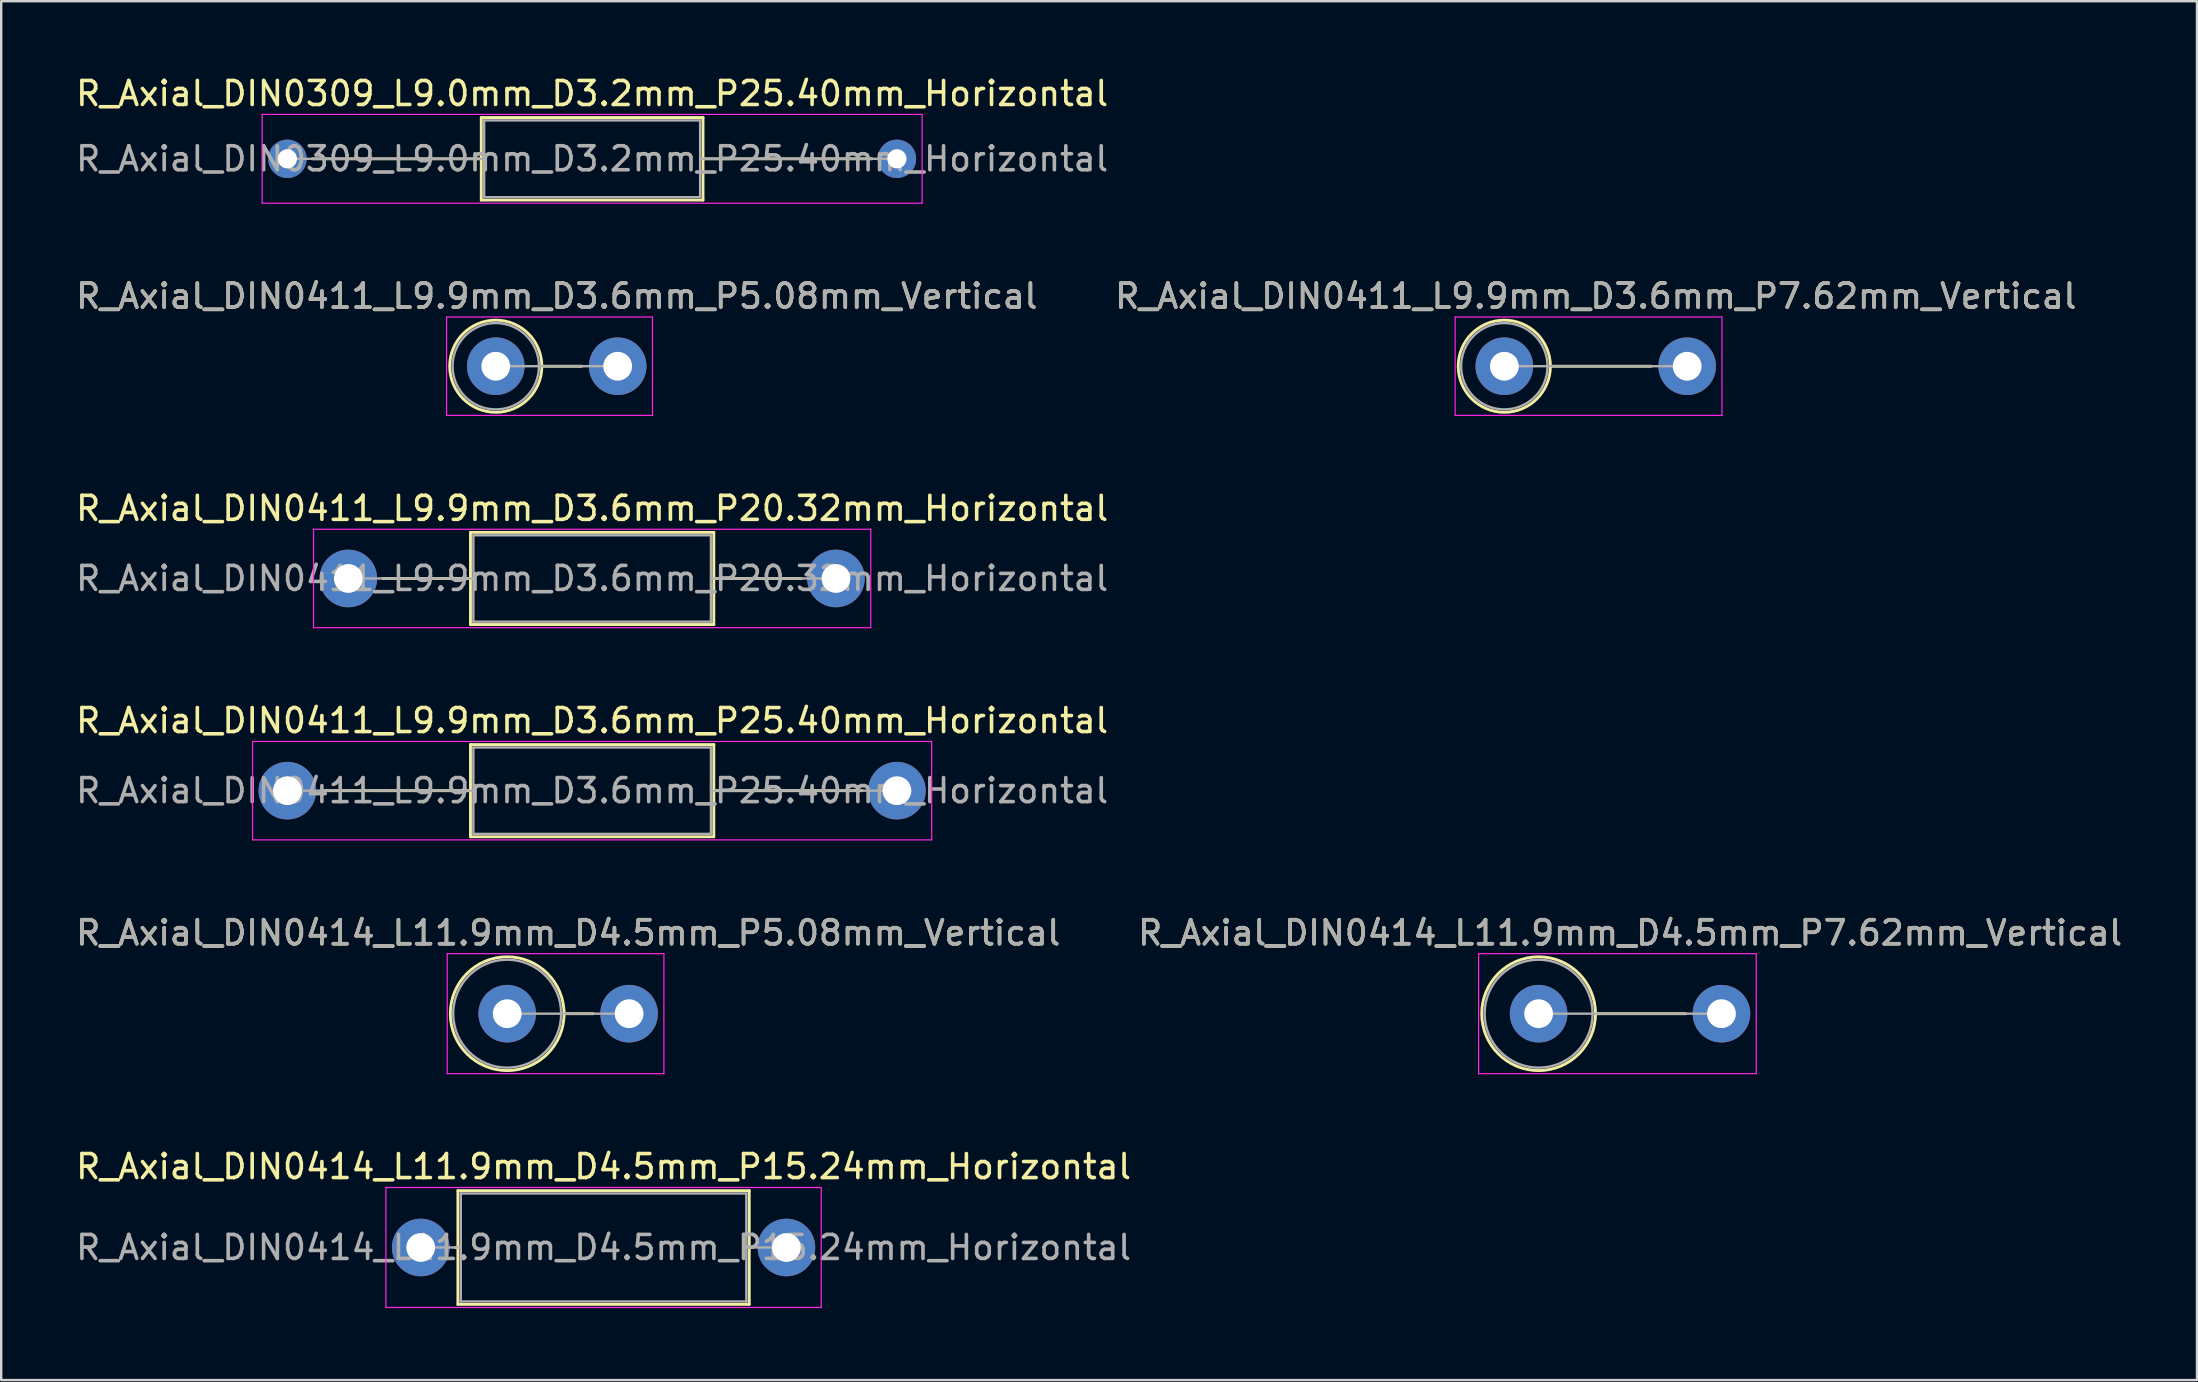
<source format=kicad_pcb>
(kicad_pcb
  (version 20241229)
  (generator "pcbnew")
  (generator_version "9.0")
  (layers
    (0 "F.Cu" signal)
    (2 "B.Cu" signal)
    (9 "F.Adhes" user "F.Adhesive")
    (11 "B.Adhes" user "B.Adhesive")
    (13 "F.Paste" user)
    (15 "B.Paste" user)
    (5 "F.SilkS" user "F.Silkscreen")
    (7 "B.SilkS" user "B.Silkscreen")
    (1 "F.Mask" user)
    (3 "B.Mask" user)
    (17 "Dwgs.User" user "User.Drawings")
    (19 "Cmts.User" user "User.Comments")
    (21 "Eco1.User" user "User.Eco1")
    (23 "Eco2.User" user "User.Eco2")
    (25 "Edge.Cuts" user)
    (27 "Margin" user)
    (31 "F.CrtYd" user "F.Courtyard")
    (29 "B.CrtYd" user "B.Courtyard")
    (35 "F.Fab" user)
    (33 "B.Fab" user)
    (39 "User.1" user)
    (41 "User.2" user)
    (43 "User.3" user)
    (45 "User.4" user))
  (footprint "R_Axial_DIN0411_L9.9mm_D3.6mm_P20.32mm_Horizontal"
    (layer "F.Cu")
    (at 11.465 21.055)
    (property "Reference" "R_Axial_DIN0411_L9.9mm_D3.6mm_P20.32mm_Horizontal" (at 10.16 -2.92 0) (layer "F.SilkS") (effects (font (size 1 1) (thickness 0.15))))
    (attr through_hole)
    (fp_line (start 1.44 0) (end 5.09 0) (stroke (width 0.12) (type solid)) (layer "F.SilkS"))
    (fp_line (start 5.09 -1.92) (end 5.09 1.92) (stroke (width 0.12) (type solid)) (layer "F.SilkS"))
    (fp_line (start 5.09 1.92) (end 15.23 1.92) (stroke (width 0.12) (type solid)) (layer "F.SilkS"))
    (fp_line (start 15.23 -1.92) (end 5.09 -1.92) (stroke (width 0.12) (type solid)) (layer "F.SilkS"))
    (fp_line (start 15.23 1.92) (end 15.23 -1.92) (stroke (width 0.12) (type solid)) (layer "F.SilkS"))
    (fp_line (start 18.88 0) (end 15.23 0) (stroke (width 0.12) (type solid)) (layer "F.SilkS"))
    (fp_line (start -1.45 -2.05) (end -1.45 2.05) (stroke (width 0.05) (type solid)) (layer "F.CrtYd"))
    (fp_line (start -1.45 2.05) (end 21.77 2.05) (stroke (width 0.05) (type solid)) (layer "F.CrtYd"))
    (fp_line (start 21.77 -2.05) (end -1.45 -2.05) (stroke (width 0.05) (type solid)) (layer "F.CrtYd"))
    (fp_line (start 21.77 2.05) (end 21.77 -2.05) (stroke (width 0.05) (type solid)) (layer "F.CrtYd"))
    (fp_line (start 0 0) (end 5.21 0) (stroke (width 0.1) (type solid)) (layer "F.Fab"))
    (fp_line (start 5.21 -1.8) (end 5.21 1.8) (stroke (width 0.1) (type solid)) (layer "F.Fab"))
    (fp_line (start 5.21 1.8) (end 15.11 1.8) (stroke (width 0.1) (type solid)) (layer "F.Fab"))
    (fp_line (start 15.11 -1.8) (end 5.21 -1.8) (stroke (width 0.1) (type solid)) (layer "F.Fab"))
    (fp_line (start 15.11 1.8) (end 15.11 -1.8) (stroke (width 0.1) (type solid)) (layer "F.Fab"))
    (fp_line (start 20.32 0) (end 15.11 0) (stroke (width 0.1) (type solid)) (layer "F.Fab"))
    (fp_text user "${REFERENCE}" (at 10.16 0 0) (layer "F.Fab") (effects (font (size 1 1) (thickness 0.15))))
    (pad "1" thru_hole circle (at 0 0) (size 2.4 2.4) (drill 1.2) (layers "*.Cu" "*.Mask"))
    (pad "2" thru_hole oval (at 20.32 0) (size 2.4 2.4) (drill 1.2) (layers "*.Cu" "*.Mask")))
  (footprint "R_Axial_DIN0414_L11.9mm_D4.5mm_P7.62mm_Vertical"
    (layer "F.Cu")
    (at 61.065 39.191)
    (property "Reference" "R_Axial_DIN0414_L11.9mm_D4.5mm_P7.62mm_Vertical" (at 3.81 -3.37 0) (layer "F.SilkS") (effects (font (size 1 1) (thickness 0.15))))
    (attr through_hole)
    (fp_line (start 2.37 0) (end 6.12 0) (stroke (width 0.12) (type solid)) (layer "F.SilkS"))
    (fp_circle (center 0 0) (end 2.37 0) (stroke (width 0.12) (type solid)) (fill no) (layer "F.SilkS"))
    (fp_line (start -2.5 -2.5) (end -2.5 2.5) (stroke (width 0.05) (type solid)) (layer "F.CrtYd"))
    (fp_line (start -2.5 2.5) (end 9.07 2.5) (stroke (width 0.05) (type solid)) (layer "F.CrtYd"))
    (fp_line (start 9.07 -2.5) (end -2.5 -2.5) (stroke (width 0.05) (type solid)) (layer "F.CrtYd"))
    (fp_line (start 9.07 2.5) (end 9.07 -2.5) (stroke (width 0.05) (type solid)) (layer "F.CrtYd"))
    (fp_line (start 0 0) (end 7.62 0) (stroke (width 0.1) (type solid)) (layer "F.Fab"))
    (fp_circle (center 0 0) (end 2.25 0) (stroke (width 0.1) (type solid)) (fill no) (layer "F.Fab"))
    (fp_text user "${REFERENCE}" (at 3.81 -3.37 0) (layer "F.Fab") (effects (font (size 1 1) (thickness 0.15))))
    (pad "1" thru_hole circle (at 0 0) (size 2.4 2.4) (drill 1.2) (layers "*.Cu" "*.Mask"))
    (pad "2" thru_hole oval (at 7.62 0) (size 2.4 2.4) (drill 1.2) (layers "*.Cu" "*.Mask")))
  (footprint "R_Axial_DIN0309_L9.0mm_D3.2mm_P25.40mm_Horizontal"
    (layer "F.Cu")
    (at 8.925 3.568)
    (property "Reference" "R_Axial_DIN0309_L9.0mm_D3.2mm_P25.40mm_Horizontal" (at 12.7 -2.72 0) (layer "F.SilkS") (effects (font (size 1 1) (thickness 0.15))))
    (attr through_hole)
    (fp_line (start 1.04 0) (end 8.08 0) (stroke (width 0.12) (type solid)) (layer "F.SilkS"))
    (fp_line (start 8.08 -1.72) (end 8.08 1.72) (stroke (width 0.12) (type solid)) (layer "F.SilkS"))
    (fp_line (start 8.08 1.72) (end 17.32 1.72) (stroke (width 0.12) (type solid)) (layer "F.SilkS"))
    (fp_line (start 17.32 -1.72) (end 8.08 -1.72) (stroke (width 0.12) (type solid)) (layer "F.SilkS"))
    (fp_line (start 17.32 1.72) (end 17.32 -1.72) (stroke (width 0.12) (type solid)) (layer "F.SilkS"))
    (fp_line (start 24.36 0) (end 17.32 0) (stroke (width 0.12) (type solid)) (layer "F.SilkS"))
    (fp_line (start -1.05 -1.85) (end -1.05 1.85) (stroke (width 0.05) (type solid)) (layer "F.CrtYd"))
    (fp_line (start -1.05 1.85) (end 26.45 1.85) (stroke (width 0.05) (type solid)) (layer "F.CrtYd"))
    (fp_line (start 26.45 -1.85) (end -1.05 -1.85) (stroke (width 0.05) (type solid)) (layer "F.CrtYd"))
    (fp_line (start 26.45 1.85) (end 26.45 -1.85) (stroke (width 0.05) (type solid)) (layer "F.CrtYd"))
    (fp_line (start 0 0) (end 8.2 0) (stroke (width 0.1) (type solid)) (layer "F.Fab"))
    (fp_line (start 8.2 -1.6) (end 8.2 1.6) (stroke (width 0.1) (type solid)) (layer "F.Fab"))
    (fp_line (start 8.2 1.6) (end 17.2 1.6) (stroke (width 0.1) (type solid)) (layer "F.Fab"))
    (fp_line (start 17.2 -1.6) (end 8.2 -1.6) (stroke (width 0.1) (type solid)) (layer "F.Fab"))
    (fp_line (start 17.2 1.6) (end 17.2 -1.6) (stroke (width 0.1) (type solid)) (layer "F.Fab"))
    (fp_line (start 25.4 0) (end 17.2 0) (stroke (width 0.1) (type solid)) (layer "F.Fab"))
    (fp_text user "${REFERENCE}" (at 12.7 0 0) (layer "F.Fab") (effects (font (size 1 1) (thickness 0.15))))
    (pad "1" thru_hole circle (at 0 0) (size 1.6 1.6) (drill 0.8) (layers "*.Cu" "*.Mask"))
    (pad "2" thru_hole oval (at 25.4 0) (size 1.6 1.6) (drill 0.8) (layers "*.Cu" "*.Mask")))
  (footprint "R_Axial_DIN0411_L9.9mm_D3.6mm_P25.40mm_Horizontal"
    (layer "F.Cu")
    (at 8.925 29.898)
    (property "Reference" "R_Axial_DIN0411_L9.9mm_D3.6mm_P25.40mm_Horizontal" (at 12.7 -2.92 0) (layer "F.SilkS") (effects (font (size 1 1) (thickness 0.15))))
    (attr through_hole)
    (fp_line (start 1.44 0) (end 7.63 0) (stroke (width 0.12) (type solid)) (layer "F.SilkS"))
    (fp_line (start 7.63 -1.92) (end 7.63 1.92) (stroke (width 0.12) (type solid)) (layer "F.SilkS"))
    (fp_line (start 7.63 1.92) (end 17.77 1.92) (stroke (width 0.12) (type solid)) (layer "F.SilkS"))
    (fp_line (start 17.77 -1.92) (end 7.63 -1.92) (stroke (width 0.12) (type solid)) (layer "F.SilkS"))
    (fp_line (start 17.77 1.92) (end 17.77 -1.92) (stroke (width 0.12) (type solid)) (layer "F.SilkS"))
    (fp_line (start 23.96 0) (end 17.77 0) (stroke (width 0.12) (type solid)) (layer "F.SilkS"))
    (fp_line (start -1.45 -2.05) (end -1.45 2.05) (stroke (width 0.05) (type solid)) (layer "F.CrtYd"))
    (fp_line (start -1.45 2.05) (end 26.85 2.05) (stroke (width 0.05) (type solid)) (layer "F.CrtYd"))
    (fp_line (start 26.85 -2.05) (end -1.45 -2.05) (stroke (width 0.05) (type solid)) (layer "F.CrtYd"))
    (fp_line (start 26.85 2.05) (end 26.85 -2.05) (stroke (width 0.05) (type solid)) (layer "F.CrtYd"))
    (fp_line (start 0 0) (end 7.75 0) (stroke (width 0.1) (type solid)) (layer "F.Fab"))
    (fp_line (start 7.75 -1.8) (end 7.75 1.8) (stroke (width 0.1) (type solid)) (layer "F.Fab"))
    (fp_line (start 7.75 1.8) (end 17.65 1.8) (stroke (width 0.1) (type solid)) (layer "F.Fab"))
    (fp_line (start 17.65 -1.8) (end 7.75 -1.8) (stroke (width 0.1) (type solid)) (layer "F.Fab"))
    (fp_line (start 17.65 1.8) (end 17.65 -1.8) (stroke (width 0.1) (type solid)) (layer "F.Fab"))
    (fp_line (start 25.4 0) (end 17.65 0) (stroke (width 0.1) (type solid)) (layer "F.Fab"))
    (fp_text user "${REFERENCE}" (at 12.7 0 0) (layer "F.Fab") (effects (font (size 1 1) (thickness 0.15))))
    (pad "1" thru_hole circle (at 0 0) (size 2.4 2.4) (drill 1.2) (layers "*.Cu" "*.Mask"))
    (pad "2" thru_hole oval (at 25.4 0) (size 2.4 2.4) (drill 1.2) (layers "*.Cu" "*.Mask")))
  (footprint "R_Axial_DIN0411_L9.9mm_D3.6mm_P5.08mm_Vertical"
    (layer "F.Cu")
    (at 17.609 12.211)
    (property "Reference" "R_Axial_DIN0411_L9.9mm_D3.6mm_P5.08mm_Vertical" (at 2.54 -2.92 0) (layer "F.SilkS") (effects (font (size 1 1) (thickness 0.15))))
    (attr through_hole)
    (fp_line (start 1.92 0) (end 3.58 0) (stroke (width 0.12) (type solid)) (layer "F.SilkS"))
    (fp_circle (center 0 0) (end 1.92 0) (stroke (width 0.12) (type solid)) (fill no) (layer "F.SilkS"))
    (fp_line (start -2.05 -2.05) (end -2.05 2.05) (stroke (width 0.05) (type solid)) (layer "F.CrtYd"))
    (fp_line (start -2.05 2.05) (end 6.53 2.05) (stroke (width 0.05) (type solid)) (layer "F.CrtYd"))
    (fp_line (start 6.53 -2.05) (end -2.05 -2.05) (stroke (width 0.05) (type solid)) (layer "F.CrtYd"))
    (fp_line (start 6.53 2.05) (end 6.53 -2.05) (stroke (width 0.05) (type solid)) (layer "F.CrtYd"))
    (fp_line (start 0 0) (end 5.08 0) (stroke (width 0.1) (type solid)) (layer "F.Fab"))
    (fp_circle (center 0 0) (end 1.8 0) (stroke (width 0.1) (type solid)) (fill no) (layer "F.Fab"))
    (fp_text user "${REFERENCE}" (at 2.54 -2.92 0) (layer "F.Fab") (effects (font (size 1 1) (thickness 0.15))))
    (pad "1" thru_hole circle (at 0 0) (size 2.4 2.4) (drill 1.2) (layers "*.Cu" "*.Mask"))
    (pad "2" thru_hole oval (at 5.08 0) (size 2.4 2.4) (drill 1.2) (layers "*.Cu" "*.Mask")))
  (footprint "R_Axial_DIN0414_L11.9mm_D4.5mm_P5.08mm_Vertical"
    (layer "F.Cu")
    (at 18.085 39.191)
    (property "Reference" "R_Axial_DIN0414_L11.9mm_D4.5mm_P5.08mm_Vertical" (at 2.54 -3.37 0) (layer "F.SilkS") (effects (font (size 1 1) (thickness 0.15))))
    (attr through_hole)
    (fp_line (start 2.37 0) (end 3.58 0) (stroke (width 0.12) (type solid)) (layer "F.SilkS"))
    (fp_circle (center 0 0) (end 2.37 0) (stroke (width 0.12) (type solid)) (fill no) (layer "F.SilkS"))
    (fp_line (start -2.5 -2.5) (end -2.5 2.5) (stroke (width 0.05) (type solid)) (layer "F.CrtYd"))
    (fp_line (start -2.5 2.5) (end 6.53 2.5) (stroke (width 0.05) (type solid)) (layer "F.CrtYd"))
    (fp_line (start 6.53 -2.5) (end -2.5 -2.5) (stroke (width 0.05) (type solid)) (layer "F.CrtYd"))
    (fp_line (start 6.53 2.5) (end 6.53 -2.5) (stroke (width 0.05) (type solid)) (layer "F.CrtYd"))
    (fp_line (start 0 0) (end 5.08 0) (stroke (width 0.1) (type solid)) (layer "F.Fab"))
    (fp_circle (center 0 0) (end 2.25 0) (stroke (width 0.1) (type solid)) (fill no) (layer "F.Fab"))
    (fp_text user "${REFERENCE}" (at 2.54 -3.37 0) (layer "F.Fab") (effects (font (size 1 1) (thickness 0.15))))
    (pad "1" thru_hole circle (at 0 0) (size 2.4 2.4) (drill 1.2) (layers "*.Cu" "*.Mask"))
    (pad "2" thru_hole oval (at 5.08 0) (size 2.4 2.4) (drill 1.2) (layers "*.Cu" "*.Mask")))
  (footprint "R_Axial_DIN0411_L9.9mm_D3.6mm_P7.62mm_Vertical"
    (layer "F.Cu")
    (at 59.636 12.211)
    (property "Reference" "R_Axial_DIN0411_L9.9mm_D3.6mm_P7.62mm_Vertical" (at 3.81 -2.92 0) (layer "F.SilkS") (effects (font (size 1 1) (thickness 0.15))))
    (attr through_hole)
    (fp_line (start 1.92 0) (end 6.12 0) (stroke (width 0.12) (type solid)) (layer "F.SilkS"))
    (fp_circle (center 0 0) (end 1.92 0) (stroke (width 0.12) (type solid)) (fill no) (layer "F.SilkS"))
    (fp_line (start -2.05 -2.05) (end -2.05 2.05) (stroke (width 0.05) (type solid)) (layer "F.CrtYd"))
    (fp_line (start -2.05 2.05) (end 9.07 2.05) (stroke (width 0.05) (type solid)) (layer "F.CrtYd"))
    (fp_line (start 9.07 -2.05) (end -2.05 -2.05) (stroke (width 0.05) (type solid)) (layer "F.CrtYd"))
    (fp_line (start 9.07 2.05) (end 9.07 -2.05) (stroke (width 0.05) (type solid)) (layer "F.CrtYd"))
    (fp_line (start 0 0) (end 7.62 0) (stroke (width 0.1) (type solid)) (layer "F.Fab"))
    (fp_circle (center 0 0) (end 1.8 0) (stroke (width 0.1) (type solid)) (fill no) (layer "F.Fab"))
    (fp_text user "${REFERENCE}" (at 3.81 -2.92 0) (layer "F.Fab") (effects (font (size 1 1) (thickness 0.15))))
    (pad "1" thru_hole circle (at 0 0) (size 2.4 2.4) (drill 1.2) (layers "*.Cu" "*.Mask"))
    (pad "2" thru_hole oval (at 7.62 0) (size 2.4 2.4) (drill 1.2) (layers "*.Cu" "*.Mask")))
  (footprint "R_Axial_DIN0414_L11.9mm_D4.5mm_P15.24mm_Horizontal"
    (layer "F.Cu")
    (at 14.481 48.934)
    (property "Reference" "R_Axial_DIN0414_L11.9mm_D4.5mm_P15.24mm_Horizontal" (at 7.62 -3.37 0) (layer "F.SilkS") (effects (font (size 1 1) (thickness 0.15))))
    (attr through_hole)
    (fp_line (start 1.44 0) (end 1.55 0) (stroke (width 0.12) (type solid)) (layer "F.SilkS"))
    (fp_line (start 1.55 -2.37) (end 1.55 2.37) (stroke (width 0.12) (type solid)) (layer "F.SilkS"))
    (fp_line (start 1.55 2.37) (end 13.69 2.37) (stroke (width 0.12) (type solid)) (layer "F.SilkS"))
    (fp_line (start 13.69 -2.37) (end 1.55 -2.37) (stroke (width 0.12) (type solid)) (layer "F.SilkS"))
    (fp_line (start 13.69 2.37) (end 13.69 -2.37) (stroke (width 0.12) (type solid)) (layer "F.SilkS"))
    (fp_line (start 13.8 0) (end 13.69 0) (stroke (width 0.12) (type solid)) (layer "F.SilkS"))
    (fp_line (start -1.45 -2.5) (end -1.45 2.5) (stroke (width 0.05) (type solid)) (layer "F.CrtYd"))
    (fp_line (start -1.45 2.5) (end 16.69 2.5) (stroke (width 0.05) (type solid)) (layer "F.CrtYd"))
    (fp_line (start 16.69 -2.5) (end -1.45 -2.5) (stroke (width 0.05) (type solid)) (layer "F.CrtYd"))
    (fp_line (start 16.69 2.5) (end 16.69 -2.5) (stroke (width 0.05) (type solid)) (layer "F.CrtYd"))
    (fp_line (start 0 0) (end 1.67 0) (stroke (width 0.1) (type solid)) (layer "F.Fab"))
    (fp_line (start 1.67 -2.25) (end 1.67 2.25) (stroke (width 0.1) (type solid)) (layer "F.Fab"))
    (fp_line (start 1.67 2.25) (end 13.57 2.25) (stroke (width 0.1) (type solid)) (layer "F.Fab"))
    (fp_line (start 13.57 -2.25) (end 1.67 -2.25) (stroke (width 0.1) (type solid)) (layer "F.Fab"))
    (fp_line (start 13.57 2.25) (end 13.57 -2.25) (stroke (width 0.1) (type solid)) (layer "F.Fab"))
    (fp_line (start 15.24 0) (end 13.57 0) (stroke (width 0.1) (type solid)) (layer "F.Fab"))
    (fp_text user "${REFERENCE}" (at 7.62 0 0) (layer "F.Fab") (effects (font (size 1 1) (thickness 0.15))))
    (pad "1" thru_hole circle (at 0 0) (size 2.4 2.4) (drill 1.2) (layers "*.Cu" "*.Mask"))
    (pad "2" thru_hole oval (at 15.24 0) (size 2.4 2.4) (drill 1.2) (layers "*.Cu" "*.Mask")))
  (gr_rect
    (start -3 -3)
    (end 88.5 54.459)
    (stroke (width 0.1) (type default))
    (fill no)
    (layer "Edge.Cuts")))
</source>
